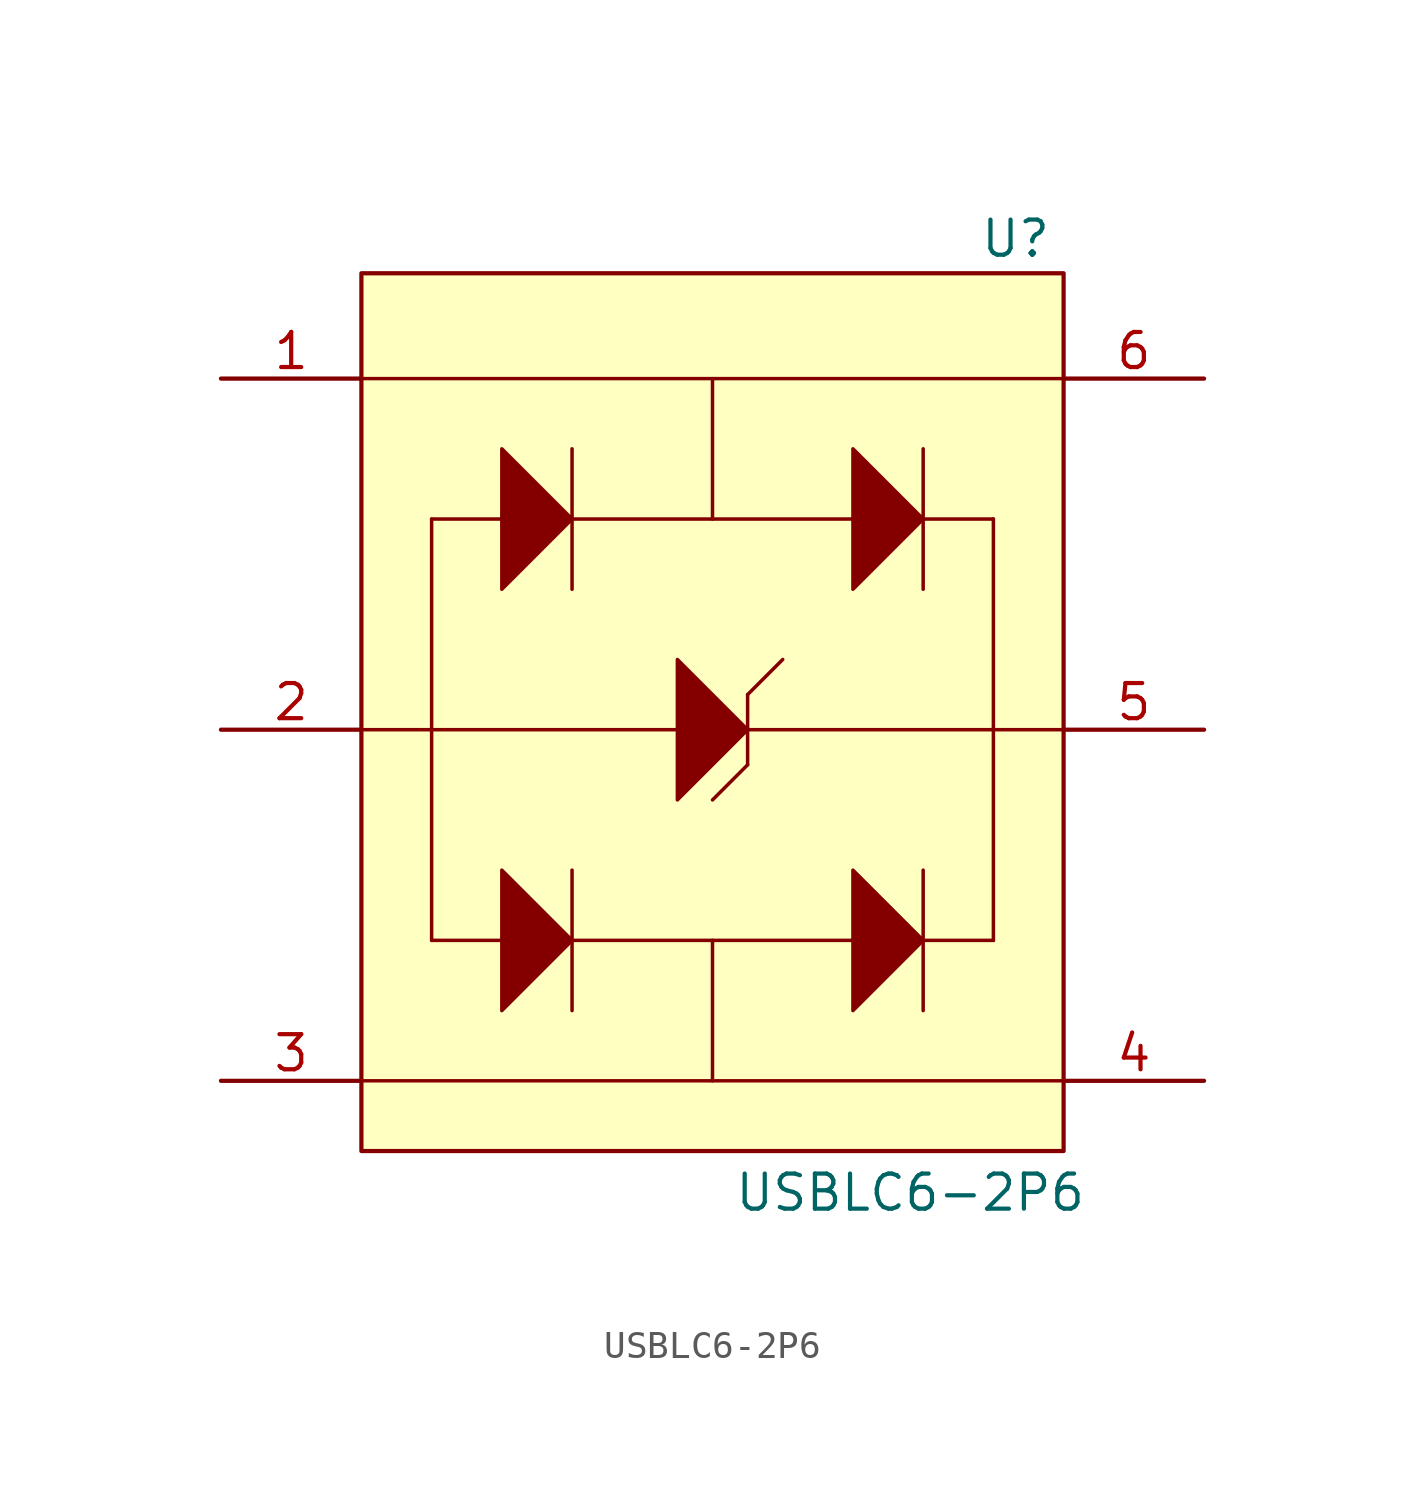
<source format=kicad_sym>
(kicad_symbol_lib
  (version 20231120)
  (generator "kicad_symbol_editor")
  (generator_version "8.0")
  (symbol "USBLC6-2P6"
    (pin_names hide)
    (property "Reference" "U"
      (at 9.652 17.018 0)
      (effects (font (size 1.27 1.27)) (justify left bottom)))
    (property "Value" "USBLC6-2P6"
      (at 0.762 -16.002 0)
      (effects (font (size 1.27 1.27)) (justify left top)))
    (symbol "USBLC6-2P6_1_1"
      (rectangle (start -12.7 16.51) (end 12.7 -15.24) (stroke (width 0) (type default)) (fill (type background)))
      (polyline (pts (xy -12.7 -12.7) (xy 12.7 -12.7)) (stroke (width 0.127) (type default)) (fill (type none)))
      (polyline (pts (xy -12.7 12.7) (xy 12.7 12.7)) (stroke (width 0.127) (type default)) (fill (type none)))
      (polyline (pts (xy -10.16 -7.62) (xy -10.16 7.62)) (stroke (width 0.127) (type default)) (fill (type none)))
      (polyline (pts (xy -10.16 -7.62) (xy -7.62 -7.62)) (stroke (width 0.127) (type default)) (fill (type none)))
      (polyline (pts (xy -10.16 0) (xy -12.7 0)) (stroke (width 0.127) (type default)) (fill (type none)))
      (polyline (pts (xy -10.16 0) (xy 10.16 0)) (stroke (width 0.127) (type default)) (fill (type none)))
      (polyline (pts (xy -7.62 7.62) (xy -10.16 7.62)) (stroke (width 0.127) (type default)) (fill (type none)))
      (polyline (pts (xy -5.08 -7.62) (xy 5.08 -7.62)) (stroke (width 0.127) (type default)) (fill (type none)))
      (polyline (pts (xy -5.08 -5.08) (xy -5.08 -10.16)) (stroke (width 0.127) (type default)) (fill (type none)))
      (polyline (pts (xy -5.08 7.62) (xy 5.08 7.62)) (stroke (width 0.127) (type default)) (fill (type none)))
      (polyline (pts (xy -5.08 10.16) (xy -5.08 5.08)) (stroke (width 0.127) (type default)) (fill (type none)))
      (polyline (pts (xy 0 -7.62) (xy 0 -12.7)) (stroke (width 0.127) (type default)) (fill (type none)))
      (polyline (pts (xy 0 -2.54) (xy 1.27 -1.27)) (stroke (width 0.127) (type default)) (fill (type none)))
      (polyline (pts (xy 0 7.62) (xy 0 12.7)) (stroke (width 0.127) (type default)) (fill (type none)))
      (polyline (pts (xy 1.27 1.27) (xy 1.27 -1.27)) (stroke (width 0.127) (type default)) (fill (type none)))
      (polyline (pts (xy 1.27 1.27) (xy 2.54 2.54)) (stroke (width 0.127) (type default)) (fill (type none)))
      (polyline (pts (xy 7.62 -5.08) (xy 7.62 -10.16)) (stroke (width 0.127) (type default)) (fill (type none)))
      (polyline (pts (xy 7.62 7.62) (xy 10.16 7.62)) (stroke (width 0.127) (type default)) (fill (type none)))
      (polyline (pts (xy 7.62 10.16) (xy 7.62 5.08)) (stroke (width 0.127) (type default)) (fill (type none)))
      (polyline (pts (xy 10.16 -7.62) (xy 7.62 -7.62)) (stroke (width 0.127) (type default)) (fill (type none)))
      (polyline (pts (xy 10.16 -7.62) (xy 10.16 7.62)) (stroke (width 0.127) (type default)) (fill (type none)))
      (polyline (pts (xy 10.16 0) (xy 12.7 0)) (stroke (width 0.127) (type default)) (fill (type none)))
      (polyline (pts (xy -5.08 -7.62) (xy -7.62 -10.16) (xy -7.62 -5.08) (xy -5.08 -7.62)) (stroke (width 0.127) (type default)) (fill (type outline)))
      (polyline (pts (xy -5.08 7.62) (xy -7.62 5.08) (xy -7.62 10.16) (xy -5.08 7.62)) (stroke (width 0.127) (type default)) (fill (type outline)))
      (polyline (pts (xy 1.27 0) (xy -1.27 -2.54) (xy -1.27 2.54) (xy 1.27 0)) (stroke (width 0.127) (type default)) (fill (type outline)))
      (polyline (pts (xy 7.62 -7.62) (xy 5.08 -10.16) (xy 5.08 -5.08) (xy 7.62 -7.62)) (stroke (width 0.127) (type default)) (fill (type outline)))
      (polyline (pts (xy 7.62 7.62) (xy 5.08 5.08) (xy 5.08 10.16) (xy 7.62 7.62)) (stroke (width 0.127) (type default)) (fill (type outline)))
      (pin passive line (at -17.78 12.7 0) (length 5.08) (name "I/O1_1" (effects (font (size 1.27 1.27)))) (number "1" (effects (font (size 1.27 1.27)))))
      (pin passive line (at -17.78 0 0) (length 5.08) (name "GND" (effects (font (size 1.27 1.27)))) (number "2" (effects (font (size 1.27 1.27)))))
      (pin passive line (at -17.78 -12.7 0) (length 5.08) (name "I/O2_1" (effects (font (size 1.27 1.27)))) (number "3" (effects (font (size 1.27 1.27)))))
      (pin passive line (at 17.78 -12.7 180) (length 5.08) (name "I/O2_2" (effects (font (size 1.27 1.27)))) (number "4" (effects (font (size 1.27 1.27)))))
      (pin passive line (at 17.78 0 180) (length 5.08) (name "VBUS" (effects (font (size 1.27 1.27)))) (number "5" (effects (font (size 1.27 1.27)))))
      (pin passive line (at 17.78 12.7 180) (length 5.08) (name "I/O1_2" (effects (font (size 1.27 1.27)))) (number "6" (effects (font (size 1.27 1.27))))))))
</source>
